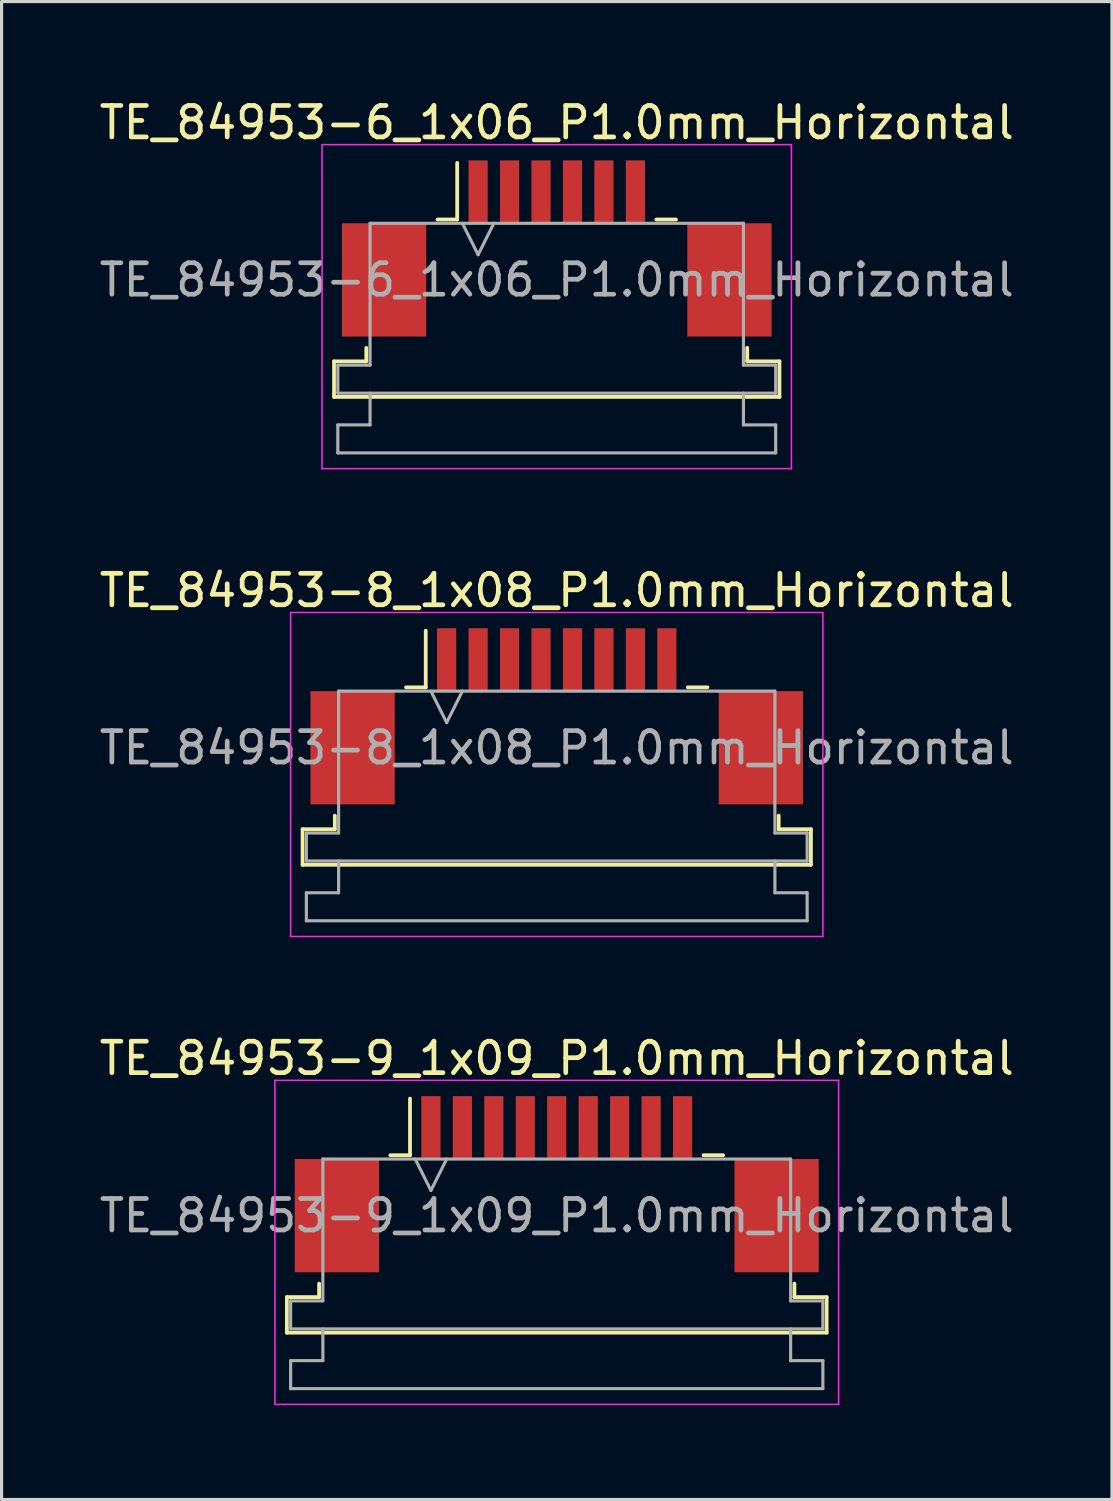
<source format=kicad_pcb>
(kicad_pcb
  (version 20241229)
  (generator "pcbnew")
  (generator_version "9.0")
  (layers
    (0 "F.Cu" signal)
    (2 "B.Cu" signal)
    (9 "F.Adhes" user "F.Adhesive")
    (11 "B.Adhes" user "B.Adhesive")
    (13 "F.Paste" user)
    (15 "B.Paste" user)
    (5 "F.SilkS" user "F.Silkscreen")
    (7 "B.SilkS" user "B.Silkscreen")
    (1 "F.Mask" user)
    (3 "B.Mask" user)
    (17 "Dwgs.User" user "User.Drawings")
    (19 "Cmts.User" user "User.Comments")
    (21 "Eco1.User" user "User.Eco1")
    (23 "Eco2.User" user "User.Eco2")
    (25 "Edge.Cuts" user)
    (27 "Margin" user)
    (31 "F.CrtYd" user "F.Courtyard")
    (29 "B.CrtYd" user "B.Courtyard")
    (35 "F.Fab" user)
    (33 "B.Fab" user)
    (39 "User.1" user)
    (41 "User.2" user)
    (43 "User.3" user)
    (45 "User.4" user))
  (footprint "TE_84953-6_1x06_P1.0mm_Horizontal"
    (layer "F.Cu")
    (at 14.649 4.848)
    (property "Reference" "TE_84953-6_1x06_P1.0mm_Horizontal" (at 0 -4 0) (layer "F.SilkS") (effects (font (size 1 1) (thickness 0.15))))
    (attr smd)
    (fp_line (start -7.08 3.59) (end -6.055 3.59) (stroke (width 0.12) (type solid)) (layer "F.SilkS"))
    (fp_line (start -7.08 4.72) (end -7.08 3.59) (stroke (width 0.12) (type solid)) (layer "F.SilkS"))
    (fp_line (start -6.055 3.59) (end -6.055 3.16) (stroke (width 0.12) (type solid)) (layer "F.SilkS"))
    (fp_line (start -3.79 -0.92) (end -3.165 -0.92) (stroke (width 0.12) (type solid)) (layer "F.SilkS"))
    (fp_line (start -3.165 -0.92) (end -3.165 -2.72) (stroke (width 0.12) (type solid)) (layer "F.SilkS"))
    (fp_line (start 3.165 -0.92) (end 3.79 -0.92) (stroke (width 0.12) (type solid)) (layer "F.SilkS"))
    (fp_line (start 6.055 3.16) (end 6.055 3.59) (stroke (width 0.12) (type solid)) (layer "F.SilkS"))
    (fp_line (start 6.055 3.59) (end 7.08 3.59) (stroke (width 0.12) (type solid)) (layer "F.SilkS"))
    (fp_line (start 7.08 3.59) (end 7.08 4.72) (stroke (width 0.12) (type solid)) (layer "F.SilkS"))
    (fp_line (start 7.08 4.72) (end -7.08 4.72) (stroke (width 0.12) (type solid)) (layer "F.SilkS"))
    (fp_line (start -7.46 -3.3) (end -7.46 7) (stroke (width 0.05) (type solid)) (layer "F.CrtYd"))
    (fp_line (start -7.46 7) (end 7.46 7) (stroke (width 0.05) (type solid)) (layer "F.CrtYd"))
    (fp_line (start 7.46 -3.3) (end -7.46 -3.3) (stroke (width 0.05) (type solid)) (layer "F.CrtYd"))
    (fp_line (start 7.46 7) (end 7.46 -3.3) (stroke (width 0.05) (type solid)) (layer "F.CrtYd"))
    (fp_line (start -6.96 3.71) (end -5.935 3.71) (stroke (width 0.1) (type solid)) (layer "F.Fab"))
    (fp_line (start -6.96 4.6) (end -6.96 3.71) (stroke (width 0.1) (type solid)) (layer "F.Fab"))
    (fp_line (start -6.96 5.61) (end -5.935 5.61) (stroke (width 0.1) (type solid)) (layer "F.Fab"))
    (fp_line (start -6.96 6.5) (end -6.96 5.61) (stroke (width 0.1) (type solid)) (layer "F.Fab"))
    (fp_line (start -5.935 -0.8) (end 5.935 -0.8) (stroke (width 0.1) (type solid)) (layer "F.Fab"))
    (fp_line (start -5.935 3.71) (end -5.935 -0.8) (stroke (width 0.1) (type solid)) (layer "F.Fab"))
    (fp_line (start -5.935 5.61) (end -5.935 4.6) (stroke (width 0.1) (type solid)) (layer "F.Fab"))
    (fp_line (start -3 -0.8) (end -2.5 0.2) (stroke (width 0.1) (type solid)) (layer "F.Fab"))
    (fp_line (start -2.5 0.2) (end -2 -0.8) (stroke (width 0.1) (type solid)) (layer "F.Fab"))
    (fp_line (start 5.935 -0.8) (end 5.935 3.71) (stroke (width 0.1) (type solid)) (layer "F.Fab"))
    (fp_line (start 5.935 3.71) (end 6.96 3.71) (stroke (width 0.1) (type solid)) (layer "F.Fab"))
    (fp_line (start 5.935 4.6) (end 5.935 5.61) (stroke (width 0.1) (type solid)) (layer "F.Fab"))
    (fp_line (start 5.935 5.61) (end 6.96 5.61) (stroke (width 0.1) (type solid)) (layer "F.Fab"))
    (fp_line (start 6.96 3.71) (end 6.96 4.6) (stroke (width 0.1) (type solid)) (layer "F.Fab"))
    (fp_line (start 6.96 4.6) (end -6.96 4.6) (stroke (width 0.1) (type solid)) (layer "F.Fab"))
    (fp_line (start 6.96 5.61) (end 6.96 6.5) (stroke (width 0.1) (type solid)) (layer "F.Fab"))
    (fp_line (start 6.96 6.5) (end -6.96 6.5) (stroke (width 0.1) (type solid)) (layer "F.Fab"))
    (fp_text user "${REFERENCE}" (at 0 1 0) (layer "F.Fab") (effects (font (size 1 1) (thickness 0.15))))
    (pad "" smd rect (at -5.49 1) (size 2.68 3.6) (layers "F.Cu" "F.Mask" "F.Paste"))
    (pad "" smd rect (at 5.49 1) (size 2.68 3.6) (layers "F.Cu" "F.Mask" "F.Paste"))
    (pad "1" smd rect (at -2.5 -1.8) (size 0.61 2) (layers "F.Cu" "F.Mask" "F.Paste"))
    (pad "2" smd rect (at -1.5 -1.8) (size 0.61 2) (layers "F.Cu" "F.Mask" "F.Paste"))
    (pad "3" smd rect (at -0.5 -1.8) (size 0.61 2) (layers "F.Cu" "F.Mask" "F.Paste"))
    (pad "4" smd rect (at 0.5 -1.8) (size 0.61 2) (layers "F.Cu" "F.Mask" "F.Paste"))
    (pad "5" smd rect (at 1.5 -1.8) (size 0.61 2) (layers "F.Cu" "F.Mask" "F.Paste"))
    (pad "6" smd rect (at 2.5 -1.8) (size 0.61 2) (layers "F.Cu" "F.Mask" "F.Paste")))
  (footprint "TE_84953-8_1x08_P1.0mm_Horizontal"
    (layer "F.Cu")
    (at 14.649 19.721)
    (property "Reference" "TE_84953-8_1x08_P1.0mm_Horizontal" (at 0 -4 0) (layer "F.SilkS") (effects (font (size 1 1) (thickness 0.15))))
    (attr smd)
    (fp_line (start -8.08 3.59) (end -7.055 3.59) (stroke (width 0.12) (type solid)) (layer "F.SilkS"))
    (fp_line (start -8.08 4.72) (end -8.08 3.59) (stroke (width 0.12) (type solid)) (layer "F.SilkS"))
    (fp_line (start -7.055 3.59) (end -7.055 3.16) (stroke (width 0.12) (type solid)) (layer "F.SilkS"))
    (fp_line (start -4.79 -0.92) (end -4.165 -0.92) (stroke (width 0.12) (type solid)) (layer "F.SilkS"))
    (fp_line (start -4.165 -0.92) (end -4.165 -2.72) (stroke (width 0.12) (type solid)) (layer "F.SilkS"))
    (fp_line (start 4.165 -0.92) (end 4.79 -0.92) (stroke (width 0.12) (type solid)) (layer "F.SilkS"))
    (fp_line (start 7.055 3.16) (end 7.055 3.59) (stroke (width 0.12) (type solid)) (layer "F.SilkS"))
    (fp_line (start 7.055 3.59) (end 8.08 3.59) (stroke (width 0.12) (type solid)) (layer "F.SilkS"))
    (fp_line (start 8.08 3.59) (end 8.08 4.72) (stroke (width 0.12) (type solid)) (layer "F.SilkS"))
    (fp_line (start 8.08 4.72) (end -8.08 4.72) (stroke (width 0.12) (type solid)) (layer "F.SilkS"))
    (fp_line (start -8.46 -3.3) (end -8.46 7) (stroke (width 0.05) (type solid)) (layer "F.CrtYd"))
    (fp_line (start -8.46 7) (end 8.46 7) (stroke (width 0.05) (type solid)) (layer "F.CrtYd"))
    (fp_line (start 8.46 -3.3) (end -8.46 -3.3) (stroke (width 0.05) (type solid)) (layer "F.CrtYd"))
    (fp_line (start 8.46 7) (end 8.46 -3.3) (stroke (width 0.05) (type solid)) (layer "F.CrtYd"))
    (fp_line (start -7.96 3.71) (end -6.935 3.71) (stroke (width 0.1) (type solid)) (layer "F.Fab"))
    (fp_line (start -7.96 4.6) (end -7.96 3.71) (stroke (width 0.1) (type solid)) (layer "F.Fab"))
    (fp_line (start -7.96 5.61) (end -6.935 5.61) (stroke (width 0.1) (type solid)) (layer "F.Fab"))
    (fp_line (start -7.96 6.5) (end -7.96 5.61) (stroke (width 0.1) (type solid)) (layer "F.Fab"))
    (fp_line (start -6.935 -0.8) (end 6.935 -0.8) (stroke (width 0.1) (type solid)) (layer "F.Fab"))
    (fp_line (start -6.935 3.71) (end -6.935 -0.8) (stroke (width 0.1) (type solid)) (layer "F.Fab"))
    (fp_line (start -6.935 5.61) (end -6.935 4.6) (stroke (width 0.1) (type solid)) (layer "F.Fab"))
    (fp_line (start -4 -0.8) (end -3.5 0.2) (stroke (width 0.1) (type solid)) (layer "F.Fab"))
    (fp_line (start -3.5 0.2) (end -3 -0.8) (stroke (width 0.1) (type solid)) (layer "F.Fab"))
    (fp_line (start 6.935 -0.8) (end 6.935 3.71) (stroke (width 0.1) (type solid)) (layer "F.Fab"))
    (fp_line (start 6.935 3.71) (end 7.96 3.71) (stroke (width 0.1) (type solid)) (layer "F.Fab"))
    (fp_line (start 6.935 4.6) (end 6.935 5.61) (stroke (width 0.1) (type solid)) (layer "F.Fab"))
    (fp_line (start 6.935 5.61) (end 7.96 5.61) (stroke (width 0.1) (type solid)) (layer "F.Fab"))
    (fp_line (start 7.96 3.71) (end 7.96 4.6) (stroke (width 0.1) (type solid)) (layer "F.Fab"))
    (fp_line (start 7.96 4.6) (end -7.96 4.6) (stroke (width 0.1) (type solid)) (layer "F.Fab"))
    (fp_line (start 7.96 5.61) (end 7.96 6.5) (stroke (width 0.1) (type solid)) (layer "F.Fab"))
    (fp_line (start 7.96 6.5) (end -7.96 6.5) (stroke (width 0.1) (type solid)) (layer "F.Fab"))
    (fp_text user "${REFERENCE}" (at 0 1 0) (layer "F.Fab") (effects (font (size 1 1) (thickness 0.15))))
    (pad "" smd rect (at -6.49 1) (size 2.68 3.6) (layers "F.Cu" "F.Mask" "F.Paste"))
    (pad "" smd rect (at 6.49 1) (size 2.68 3.6) (layers "F.Cu" "F.Mask" "F.Paste"))
    (pad "1" smd rect (at -3.5 -1.8) (size 0.61 2) (layers "F.Cu" "F.Mask" "F.Paste"))
    (pad "2" smd rect (at -2.5 -1.8) (size 0.61 2) (layers "F.Cu" "F.Mask" "F.Paste"))
    (pad "3" smd rect (at -1.5 -1.8) (size 0.61 2) (layers "F.Cu" "F.Mask" "F.Paste"))
    (pad "4" smd rect (at -0.5 -1.8) (size 0.61 2) (layers "F.Cu" "F.Mask" "F.Paste"))
    (pad "5" smd rect (at 0.5 -1.8) (size 0.61 2) (layers "F.Cu" "F.Mask" "F.Paste"))
    (pad "6" smd rect (at 1.5 -1.8) (size 0.61 2) (layers "F.Cu" "F.Mask" "F.Paste"))
    (pad "7" smd rect (at 2.5 -1.8) (size 0.61 2) (layers "F.Cu" "F.Mask" "F.Paste"))
    (pad "8" smd rect (at 3.5 -1.8) (size 0.61 2) (layers "F.Cu" "F.Mask" "F.Paste")))
  (footprint "TE_84953-9_1x09_P1.0mm_Horizontal"
    (layer "F.Cu")
    (at 14.649 34.595)
    (property "Reference" "TE_84953-9_1x09_P1.0mm_Horizontal" (at 0 -4 0) (layer "F.SilkS") (effects (font (size 1 1) (thickness 0.15))))
    (attr smd)
    (fp_line (start -8.58 3.59) (end -7.555 3.59) (stroke (width 0.12) (type solid)) (layer "F.SilkS"))
    (fp_line (start -8.58 4.72) (end -8.58 3.59) (stroke (width 0.12) (type solid)) (layer "F.SilkS"))
    (fp_line (start -7.555 3.59) (end -7.555 3.16) (stroke (width 0.12) (type solid)) (layer "F.SilkS"))
    (fp_line (start -5.29 -0.92) (end -4.665 -0.92) (stroke (width 0.12) (type solid)) (layer "F.SilkS"))
    (fp_line (start -4.665 -0.92) (end -4.665 -2.72) (stroke (width 0.12) (type solid)) (layer "F.SilkS"))
    (fp_line (start 4.665 -0.92) (end 5.29 -0.92) (stroke (width 0.12) (type solid)) (layer "F.SilkS"))
    (fp_line (start 7.555 3.16) (end 7.555 3.59) (stroke (width 0.12) (type solid)) (layer "F.SilkS"))
    (fp_line (start 7.555 3.59) (end 8.58 3.59) (stroke (width 0.12) (type solid)) (layer "F.SilkS"))
    (fp_line (start 8.58 3.59) (end 8.58 4.72) (stroke (width 0.12) (type solid)) (layer "F.SilkS"))
    (fp_line (start 8.58 4.72) (end -8.58 4.72) (stroke (width 0.12) (type solid)) (layer "F.SilkS"))
    (fp_line (start -8.96 -3.3) (end -8.96 7) (stroke (width 0.05) (type solid)) (layer "F.CrtYd"))
    (fp_line (start -8.96 7) (end 8.96 7) (stroke (width 0.05) (type solid)) (layer "F.CrtYd"))
    (fp_line (start 8.96 -3.3) (end -8.96 -3.3) (stroke (width 0.05) (type solid)) (layer "F.CrtYd"))
    (fp_line (start 8.96 7) (end 8.96 -3.3) (stroke (width 0.05) (type solid)) (layer "F.CrtYd"))
    (fp_line (start -8.46 3.71) (end -7.435 3.71) (stroke (width 0.1) (type solid)) (layer "F.Fab"))
    (fp_line (start -8.46 4.6) (end -8.46 3.71) (stroke (width 0.1) (type solid)) (layer "F.Fab"))
    (fp_line (start -8.46 5.61) (end -7.435 5.61) (stroke (width 0.1) (type solid)) (layer "F.Fab"))
    (fp_line (start -8.46 6.5) (end -8.46 5.61) (stroke (width 0.1) (type solid)) (layer "F.Fab"))
    (fp_line (start -7.435 -0.8) (end 7.435 -0.8) (stroke (width 0.1) (type solid)) (layer "F.Fab"))
    (fp_line (start -7.435 3.71) (end -7.435 -0.8) (stroke (width 0.1) (type solid)) (layer "F.Fab"))
    (fp_line (start -7.435 5.61) (end -7.435 4.6) (stroke (width 0.1) (type solid)) (layer "F.Fab"))
    (fp_line (start -4.5 -0.8) (end -4 0.2) (stroke (width 0.1) (type solid)) (layer "F.Fab"))
    (fp_line (start -4 0.2) (end -3.5 -0.8) (stroke (width 0.1) (type solid)) (layer "F.Fab"))
    (fp_line (start 7.435 -0.8) (end 7.435 3.71) (stroke (width 0.1) (type solid)) (layer "F.Fab"))
    (fp_line (start 7.435 3.71) (end 8.46 3.71) (stroke (width 0.1) (type solid)) (layer "F.Fab"))
    (fp_line (start 7.435 4.6) (end 7.435 5.61) (stroke (width 0.1) (type solid)) (layer "F.Fab"))
    (fp_line (start 7.435 5.61) (end 8.46 5.61) (stroke (width 0.1) (type solid)) (layer "F.Fab"))
    (fp_line (start 8.46 3.71) (end 8.46 4.6) (stroke (width 0.1) (type solid)) (layer "F.Fab"))
    (fp_line (start 8.46 4.6) (end -8.46 4.6) (stroke (width 0.1) (type solid)) (layer "F.Fab"))
    (fp_line (start 8.46 5.61) (end 8.46 6.5) (stroke (width 0.1) (type solid)) (layer "F.Fab"))
    (fp_line (start 8.46 6.5) (end -8.46 6.5) (stroke (width 0.1) (type solid)) (layer "F.Fab"))
    (fp_text user "${REFERENCE}" (at 0 1 0) (layer "F.Fab") (effects (font (size 1 1) (thickness 0.15))))
    (pad "" smd rect (at -6.99 1) (size 2.68 3.6) (layers "F.Cu" "F.Mask" "F.Paste"))
    (pad "" smd rect (at 6.99 1) (size 2.68 3.6) (layers "F.Cu" "F.Mask" "F.Paste"))
    (pad "1" smd rect (at -4 -1.8) (size 0.61 2) (layers "F.Cu" "F.Mask" "F.Paste"))
    (pad "2" smd rect (at -3 -1.8) (size 0.61 2) (layers "F.Cu" "F.Mask" "F.Paste"))
    (pad "3" smd rect (at -2 -1.8) (size 0.61 2) (layers "F.Cu" "F.Mask" "F.Paste"))
    (pad "4" smd rect (at -1 -1.8) (size 0.61 2) (layers "F.Cu" "F.Mask" "F.Paste"))
    (pad "5" smd rect (at 0 -1.8) (size 0.61 2) (layers "F.Cu" "F.Mask" "F.Paste"))
    (pad "6" smd rect (at 1 -1.8) (size 0.61 2) (layers "F.Cu" "F.Mask" "F.Paste"))
    (pad "7" smd rect (at 2 -1.8) (size 0.61 2) (layers "F.Cu" "F.Mask" "F.Paste"))
    (pad "8" smd rect (at 3 -1.8) (size 0.61 2) (layers "F.Cu" "F.Mask" "F.Paste"))
    (pad "9" smd rect (at 4 -1.8) (size 0.61 2) (layers "F.Cu" "F.Mask" "F.Paste")))
  (gr_rect
    (start -3 -3)
    (end 32.298 44.62)
    (stroke (width 0.1) (type default))
    (fill no)
    (layer "Edge.Cuts")))
</source>
